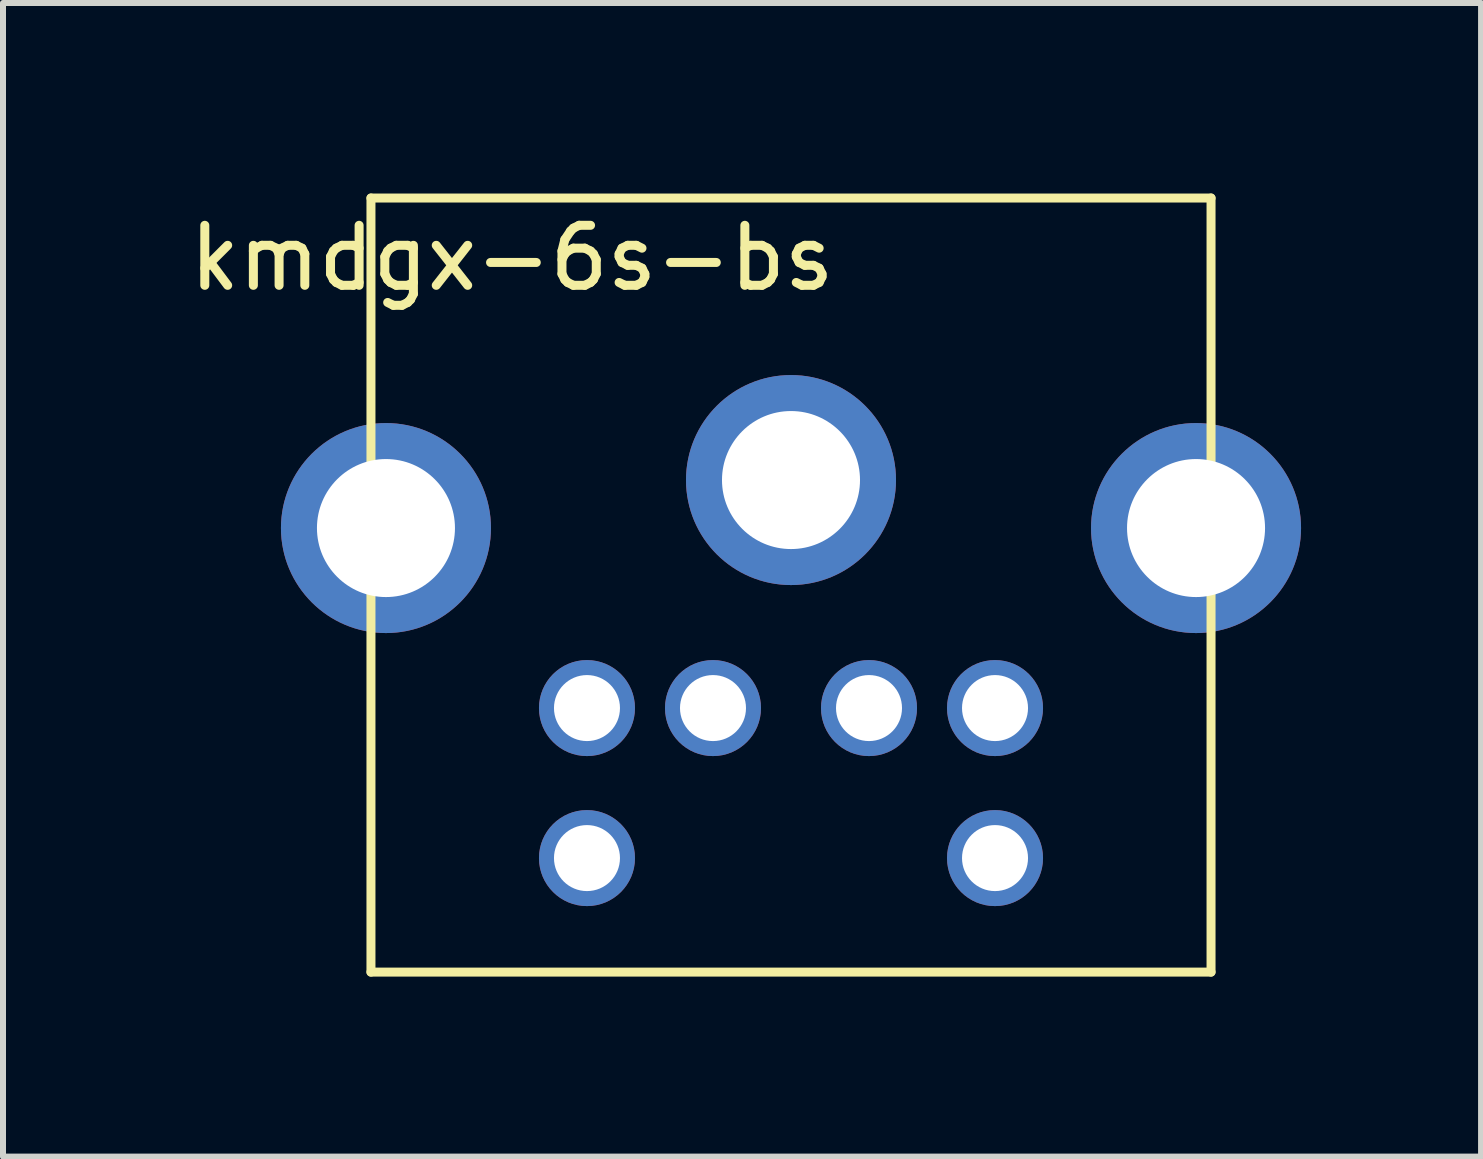
<source format=kicad_pcb>
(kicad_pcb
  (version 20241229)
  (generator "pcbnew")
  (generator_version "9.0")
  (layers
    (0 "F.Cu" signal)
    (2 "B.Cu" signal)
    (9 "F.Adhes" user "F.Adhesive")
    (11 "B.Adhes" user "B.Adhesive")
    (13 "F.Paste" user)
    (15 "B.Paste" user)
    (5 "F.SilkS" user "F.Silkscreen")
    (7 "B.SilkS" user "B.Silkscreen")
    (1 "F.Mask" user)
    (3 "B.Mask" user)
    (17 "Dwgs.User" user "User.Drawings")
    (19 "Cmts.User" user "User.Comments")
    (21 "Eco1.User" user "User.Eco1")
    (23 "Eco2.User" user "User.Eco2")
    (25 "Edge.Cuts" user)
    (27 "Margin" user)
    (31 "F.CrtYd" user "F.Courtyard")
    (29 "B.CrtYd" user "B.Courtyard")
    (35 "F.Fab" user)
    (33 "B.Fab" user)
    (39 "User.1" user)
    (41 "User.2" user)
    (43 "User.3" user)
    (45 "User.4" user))
  (footprint "kmdgx-6s-bs"
    (layer "F.Cu")
    (at 10.132 0.25)
    (property "Reference" "kmdgx-6s-bs" (at -4.65 1 0) (layer "F.SilkS") (effects (font (size 1 1) (thickness 0.15))))
    (attr through_hole)
    (fp_line (start -7 0) (end 7 0) (stroke (width 0.15) (type solid)) (layer "F.SilkS"))
    (fp_line (start -7 12.9) (end -7 0) (stroke (width 0.15) (type solid)) (layer "F.SilkS"))
    (fp_line (start 7 0) (end 7 12.9) (stroke (width 0.15) (type solid)) (layer "F.SilkS"))
    (fp_line (start 7 12.9) (end -7 12.9) (stroke (width 0.15) (type solid)) (layer "F.SilkS"))
    (pad "0" thru_hole circle (at -6.75 5.5) (size 3.5 3.5) (drill 2.3) (layers "*.Cu" "*.Mask"))
    (pad "0" thru_hole circle (at 0 4.7) (size 3.5 3.5) (drill 2.3) (layers "*.Cu" "*.Mask"))
    (pad "0" thru_hole circle (at 6.75 5.5) (size 3.5 3.5) (drill 2.3) (layers "*.Cu" "*.Mask"))
    (pad "1" thru_hole circle (at -1.3 8.5) (size 1.6 1.6) (drill 1.1) (layers "*.Cu" "*.Mask"))
    (pad "2" thru_hole circle (at 1.3 8.5) (size 1.6 1.6) (drill 1.1) (layers "*.Cu" "*.Mask"))
    (pad "3" thru_hole circle (at -3.4 8.5) (size 1.6 1.6) (drill 1.1) (layers "*.Cu" "*.Mask"))
    (pad "4" thru_hole circle (at 3.4 8.5) (size 1.6 1.6) (drill 1.1) (layers "*.Cu" "*.Mask"))
    (pad "5" thru_hole circle (at -3.4 11) (size 1.6 1.6) (drill 1.1) (layers "*.Cu" "*.Mask"))
    (pad "6" thru_hole circle (at 3.4 11) (size 1.6 1.6) (drill 1.1) (layers "*.Cu" "*.Mask")))
  (gr_rect
    (start -3 -3)
    (end 21.632 16.225)
    (stroke (width 0.1) (type default))
    (fill no)
    (layer "Edge.Cuts")))
</source>
